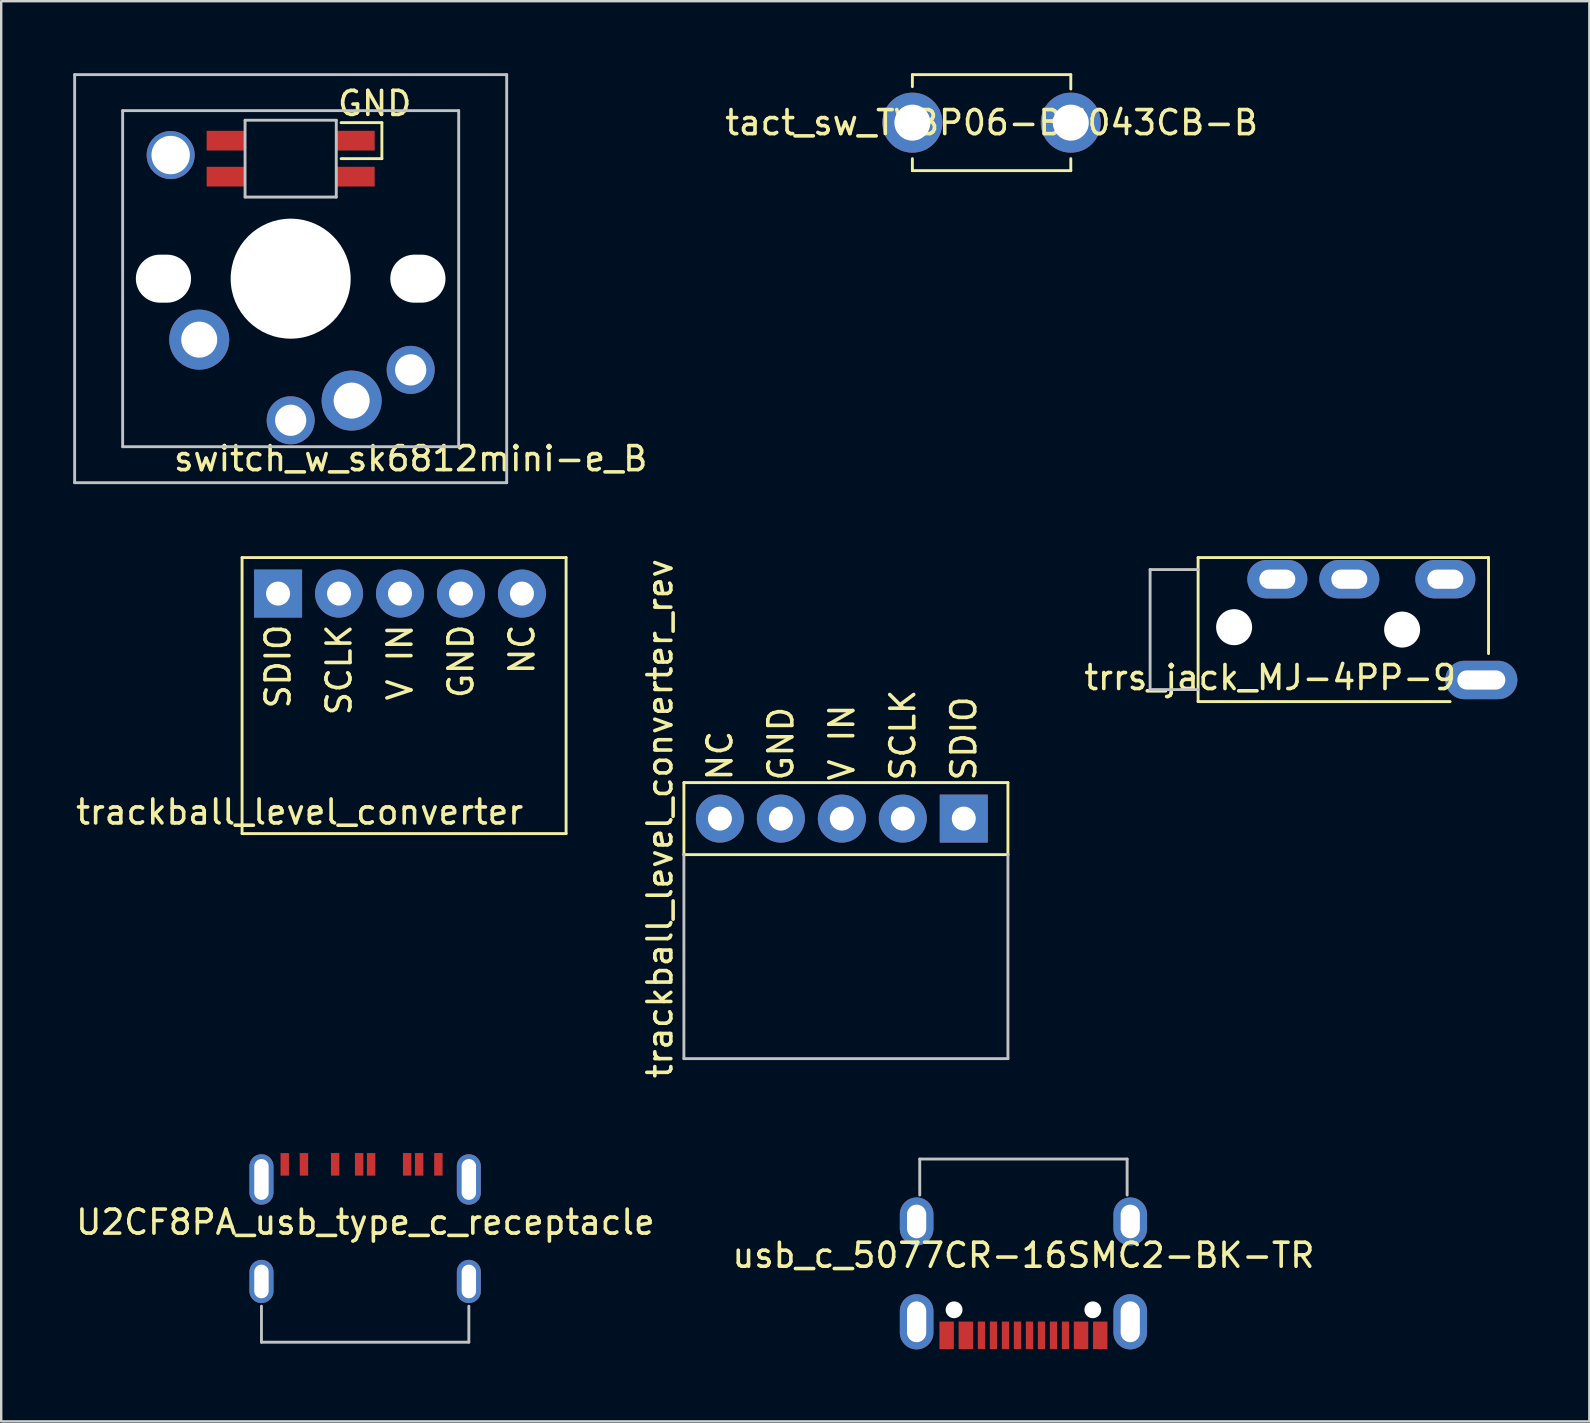
<source format=kicad_pcb>
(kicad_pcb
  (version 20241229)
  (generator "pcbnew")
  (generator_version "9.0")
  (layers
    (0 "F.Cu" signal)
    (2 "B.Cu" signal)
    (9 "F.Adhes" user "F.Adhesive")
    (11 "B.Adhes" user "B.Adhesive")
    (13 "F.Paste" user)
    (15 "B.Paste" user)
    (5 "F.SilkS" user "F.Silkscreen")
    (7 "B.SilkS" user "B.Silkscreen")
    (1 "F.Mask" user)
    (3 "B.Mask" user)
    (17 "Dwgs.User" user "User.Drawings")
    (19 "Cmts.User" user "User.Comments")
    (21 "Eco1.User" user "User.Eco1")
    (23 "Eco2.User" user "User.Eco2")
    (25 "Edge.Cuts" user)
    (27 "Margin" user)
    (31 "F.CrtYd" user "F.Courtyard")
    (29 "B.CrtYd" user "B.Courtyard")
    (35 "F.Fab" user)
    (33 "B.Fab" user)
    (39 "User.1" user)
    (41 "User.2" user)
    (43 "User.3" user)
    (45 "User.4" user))
  (footprint "trackball_level_converter"
    (layer "F.Cu")
    (at 8.535 21.68)
    (property "Reference" "trackball_level_converter" (at 0.9 9.1 0) (layer "F.SilkS") (effects (font (size 1 1) (thickness 0.15))))
    (attr through_hole)
    (fp_line (start -1.5 -1.5) (end 12 -1.5) (stroke (width 0.12) (type solid)) (layer "F.SilkS"))
    (fp_line (start -1.5 10) (end -1.5 -1.5) (stroke (width 0.12) (type solid)) (layer "F.SilkS"))
    (fp_line (start 12 -1.5) (end 12 10) (stroke (width 0.12) (type solid)) (layer "F.SilkS"))
    (fp_line (start 12 10) (end -1.5 10) (stroke (width 0.12) (type solid)) (layer "F.SilkS"))
    (fp_text user "V IN" (at 5.08 1.2 90) (layer "F.SilkS") (effects (font (size 1 1) (thickness 0.15)) (justify right)))
    (fp_text user "NC" (at 10.16 1.2 90) (layer "F.SilkS") (effects (font (size 1 1) (thickness 0.15)) (justify right)))
    (fp_text user "SCLK" (at 2.54 1.2 90) (layer "F.SilkS") (effects (font (size 1 1) (thickness 0.15)) (justify right)))
    (fp_text user "GND" (at 7.62 1.2 90) (layer "F.SilkS") (effects (font (size 1 1) (thickness 0.15)) (justify right)))
    (fp_text user "SDIO" (at 0 1.2 90) (layer "F.SilkS") (effects (font (size 1 1) (thickness 0.15)) (justify right)))
    (pad "GND" thru_hole circle (at 7.62 0) (size 2 2) (drill 1) (layers "*.Cu" "*.Mask"))
    (pad "NC" thru_hole circle (at 10.16 0) (size 2 2) (drill 1) (layers "*.Cu" "*.Mask"))
    (pad "SCLK" thru_hole circle (at 2.54 0) (size 2 2) (drill 1) (layers "*.Cu" "*.Mask"))
    (pad "SDIO" thru_hole rect (at 0 0) (size 2 2) (drill 1) (layers "*.Cu" "*.Mask"))
    (pad "VIN" thru_hole circle (at 5.08 0) (size 2 2) (drill 1) (layers "*.Cu" "*.Mask")))
  (footprint "trrs_jack_MJ-4PP-9"
    (layer "F.Cu")
    (at 46.866 23.18)
    (property "Reference" "trrs_jack_MJ-4PP-9" (at 3 2 0) (layer "F.SilkS") (effects (font (size 1 1) (thickness 0.15))))
    (attr through_hole)
    (fp_line (start 0 -3) (end 0 3) (stroke (width 0.12) (type solid)) (layer "F.SilkS"))
    (fp_line (start 0 -3) (end 12.1 -3) (stroke (width 0.12) (type solid)) (layer "F.SilkS"))
    (fp_line (start 10.5 3) (end 0 3) (stroke (width 0.12) (type solid)) (layer "F.SilkS"))
    (fp_line (start 12.1 1) (end 12.1 -3) (stroke (width 0.12) (type solid)) (layer "F.SilkS"))
    (fp_line (start -2 -2.5) (end -2 2.5) (stroke (width 0.12) (type solid)) (layer "Dwgs.User"))
    (fp_line (start -2 -2.5) (end 0 -2.5) (stroke (width 0.12) (type solid)) (layer "Dwgs.User"))
    (fp_line (start -2 2.5) (end 0 2.5) (stroke (width 0.12) (type solid)) (layer "Dwgs.User"))
    (pad "" np_thru_hole circle (at 1.5 -0.1) (size 1.5 1.5) (drill 1.5) (layers "*.Cu" "*.Mask"))
    (pad "" np_thru_hole circle (at 8.5 0) (size 1.5 1.5) (drill 1.5) (layers "*.Cu" "*.Mask"))
    (pad "A" thru_hole oval (at 11.8 2.1) (size 3 1.6) (drill oval 2 0.8) (layers "*.Cu" "*.Mask"))
    (pad "B" thru_hole oval (at 3.3 -2.1) (size 2.5 1.6) (drill oval 1.5 0.8) (layers "*.Cu" "*.Mask"))
    (pad "C" thru_hole oval (at 6.3 -2.1) (size 2.5 1.6) (drill oval 1.5 0.8) (layers "*.Cu" "*.Mask"))
    (pad "D" thru_hole oval (at 10.3 -2.1) (size 2.5 1.6) (drill oval 1.5 0.8) (layers "*.Cu" "*.Mask")))
  (footprint "trackball_level_converter_rev"
    (layer "F.Cu")
    (at 26.943 31.055)
    (property "Reference" "trackball_level_converter_rev" (at -2.5 0 90) (layer "F.SilkS") (effects (font (size 1 1) (thickness 0.15))))
    (attr through_hole)
    (fp_line (start -1.5 -1.5) (end 12 -1.5) (stroke (width 0.12) (type solid)) (layer "F.SilkS"))
    (fp_line (start -1.5 1.5) (end -1.5 -1.5) (stroke (width 0.12) (type solid)) (layer "F.SilkS"))
    (fp_line (start -1.5 1.5) (end 12 1.5) (stroke (width 0.12) (type solid)) (layer "F.SilkS"))
    (fp_line (start 12 -1.5) (end 12 1.5) (stroke (width 0.12) (type solid)) (layer "F.SilkS"))
    (fp_line (start -1.5 10) (end -1.5 1.5) (stroke (width 0.12) (type solid)) (layer "Dwgs.User"))
    (fp_line (start 12 1.5) (end 12 10) (stroke (width 0.12) (type solid)) (layer "Dwgs.User"))
    (fp_line (start 12 10) (end -1.5 10) (stroke (width 0.12) (type solid)) (layer "Dwgs.User"))
    (fp_text user "SDIO" (at 10.16 -1.5 90) (layer "F.SilkS") (effects (font (size 1 1) (thickness 0.15)) (justify left)))
    (fp_text user "NC" (at 0 -1.5 90) (layer "F.SilkS") (effects (font (size 1 1) (thickness 0.15)) (justify left)))
    (fp_text user "GND" (at 2.54 -1.5 90) (layer "F.SilkS") (effects (font (size 1 1) (thickness 0.15)) (justify left)))
    (fp_text user "SCLK" (at 7.62 -1.5 90) (layer "F.SilkS") (effects (font (size 1 1) (thickness 0.15)) (justify left)))
    (fp_text user "V IN" (at 5.08 -1.5 90) (layer "F.SilkS") (effects (font (size 1 1) (thickness 0.15)) (justify left)))
    (pad "GND" thru_hole circle (at 2.54 0) (size 2 2) (drill 1) (layers "*.Cu" "*.Mask"))
    (pad "NC" thru_hole circle (at 0 0) (size 2 2) (drill 1) (layers "*.Cu" "*.Mask"))
    (pad "SCLK" thru_hole circle (at 7.62 0) (size 2 2) (drill 1) (layers "*.Cu" "*.Mask"))
    (pad "SDIO" thru_hole rect (at 10.16 0) (size 2 2) (drill 1) (layers "*.Cu" "*.Mask"))
    (pad "VIN" thru_hole circle (at 5.08 0) (size 2 2) (drill 1) (layers "*.Cu" "*.Mask")))
  (footprint "usb_c_5077CR-16SMC2-BK-TR"
    (layer "F.Cu")
    (at 39.589 45.239)
    (property "Reference" "usb_c_5077CR-16SMC2-BK-TR" (at 0 4.01 0) (layer "F.SilkS") (effects (font (size 1 1) (thickness 0.15))))
    (attr through_hole)
    (fp_line (start -4.32 0) (end 4.32 0) (stroke (width 0.12) (type solid)) (layer "Dwgs.User"))
    (fp_line (start -4.32 1.5) (end -4.32 0) (stroke (width 0.12) (type solid)) (layer "Dwgs.User"))
    (fp_line (start 4.32 0) (end 4.32 1.5) (stroke (width 0.12) (type solid)) (layer "Dwgs.User"))
    (pad "" np_thru_hole circle (at -2.89 6.28) (size 0.7 0.7) (drill 0.7) (layers "*.Cu" "*.Mask"))
    (pad "" np_thru_hole circle (at 2.89 6.28) (size 0.7 0.7) (drill 0.7) (layers "*.Cu" "*.Mask"))
    (pad "A1/B12" smd rect (at 3.2 7.345) (size 0.6 1.15) (layers "F.Cu" "F.Mask" "F.Paste"))
    (pad "A4/B9" smd rect (at 2.4 7.345) (size 0.6 1.15) (layers "F.Cu" "F.Mask" "F.Paste"))
    (pad "A5" smd rect (at 1.25 7.345) (size 0.3 1.15) (layers "F.Cu" "F.Mask" "F.Paste"))
    (pad "A6" smd rect (at 0.25 7.345) (size 0.3 1.15) (layers "F.Cu" "F.Mask" "F.Paste"))
    (pad "A7" smd rect (at -0.25 7.345) (size 0.3 1.15) (layers "F.Cu" "F.Mask" "F.Paste"))
    (pad "A8" smd rect (at -1.25 7.345) (size 0.3 1.15) (layers "F.Cu" "F.Mask" "F.Paste"))
    (pad "B1/A12" smd rect (at -3.2 7.345) (size 0.6 1.15) (layers "F.Cu" "F.Mask" "F.Paste"))
    (pad "B4/A9" smd rect (at -2.4 7.345) (size 0.6 1.15) (layers "F.Cu" "F.Mask" "F.Paste"))
    (pad "B5" smd rect (at -1.75 7.345) (size 0.3 1.15) (layers "F.Cu" "F.Mask" "F.Paste"))
    (pad "B6" smd rect (at -0.75 7.345) (size 0.3 1.15) (layers "F.Cu" "F.Mask" "F.Paste"))
    (pad "B7" smd rect (at 0.75 7.345) (size 0.3 1.15) (layers "F.Cu" "F.Mask" "F.Paste"))
    (pad "B8" smd rect (at 1.75 7.345) (size 0.3 1.15) (layers "F.Cu" "F.Mask" "F.Paste"))
    (pad "SHIELD" thru_hole oval (at -4.45 2.6) (size 1.4 2) (drill oval 0.8 1.4) (layers "*.Cu" "*.Mask"))
    (pad "SHIELD" thru_hole oval (at -4.45 6.78) (size 1.4 2.3) (drill oval 0.8 1.7) (layers "*.Cu" "*.Mask"))
    (pad "SHIELD" thru_hole oval (at 4.45 2.6) (size 1.4 2) (drill oval 0.8 1.4) (layers "*.Cu" "*.Mask"))
    (pad "SHIELD" thru_hole oval (at 4.45 6.78) (size 1.4 2.3) (drill oval 0.8 1.7) (layers "*.Cu" "*.Mask")))
  (footprint "U2CF8PA_usb_type_c_receptacle"
    (layer "F.Cu")
    (at 12.163 52.869)
    (property "Reference" "U2CF8PA_usb_type_c_receptacle" (at 0.01 -5 0) (layer "F.SilkS") (effects (font (size 1 1) (thickness 0.15))))
    (attr through_hole)
    (fp_line (start -4.32 0) (end -4.32 -1.5) (stroke (width 0.12) (type solid)) (layer "Dwgs.User"))
    (fp_line (start -4.32 0) (end 4.32 0) (stroke (width 0.12) (type solid)) (layer "Dwgs.User"))
    (fp_line (start 4.32 0) (end 4.32 -1.5) (stroke (width 0.12) (type solid)) (layer "Dwgs.User"))
    (pad "A5" smd rect (at -1.25 -7.41) (size 0.35 0.94) (layers "F.Cu" "F.Mask" "F.Paste"))
    (pad "A6" smd rect (at -0.25 -7.41) (size 0.35 0.94) (layers "F.Cu" "F.Mask" "F.Paste"))
    (pad "A7" smd rect (at 0.25 -7.41) (size 0.35 0.94) (layers "F.Cu" "F.Mask" "F.Paste"))
    (pad "A9" smd rect (at 2.25 -7.41) (size 0.35 0.94) (layers "F.Cu" "F.Mask" "F.Paste"))
    (pad "A12" smd rect (at 3.05 -7.41) (size 0.35 0.94) (layers "F.Cu" "F.Mask" "F.Paste"))
    (pad "B5" smd rect (at 1.75 -7.41) (size 0.35 0.94) (layers "F.Cu" "F.Mask" "F.Paste"))
    (pad "B9" smd rect (at -2.55 -7.41) (size 0.35 0.94) (layers "F.Cu" "F.Mask" "F.Paste"))
    (pad "B12" smd rect (at -3.35 -7.41) (size 0.35 0.94) (layers "F.Cu" "F.Mask" "F.Paste"))
    (pad "S1" thru_hole oval (at -4.32 -6.78) (size 1 2.1) (drill oval 0.6 1.7) (layers "*.Cu" "*.Mask"))
    (pad "S1" thru_hole oval (at -4.32 -2.53) (size 1 1.8) (drill oval 0.6 1.4) (layers "*.Cu" "*.Mask"))
    (pad "S1" thru_hole oval (at 4.32 -6.78) (size 1 2.1) (drill oval 0.6 1.7) (layers "*.Cu" "*.Mask"))
    (pad "S1" thru_hole oval (at 4.32 -2.53) (size 1 1.8) (drill oval 0.6 1.4) (layers "*.Cu" "*.Mask")))
  (footprint "tact_sw_TVBP06-BN043CB-B"
    (layer "F.Cu")
    (at 38.262 2.06)
    (property "Reference" "tact_sw_TVBP06-BN043CB-B" (at 0 0 0) (layer "F.SilkS") (effects (font (size 1 1) (thickness 0.15))))
    (attr through_hole)
    (fp_line (start -3.3 -2) (end -3.3 -1.5) (stroke (width 0.12) (type solid)) (layer "F.SilkS"))
    (fp_line (start -3.3 2) (end -3.3 1.5) (stroke (width 0.12) (type solid)) (layer "F.SilkS"))
    (fp_line (start 3.3 -2) (end -3.3 -2) (stroke (width 0.12) (type solid)) (layer "F.SilkS"))
    (fp_line (start 3.3 -2) (end 3.3 -1.4) (stroke (width 0.12) (type solid)) (layer "F.SilkS"))
    (fp_line (start 3.3 2) (end -3.3 2) (stroke (width 0.12) (type solid)) (layer "F.SilkS"))
    (fp_line (start 3.3 2) (end 3.3 1.5) (stroke (width 0.12) (type solid)) (layer "F.SilkS"))
    (pad "1" thru_hole circle (at 3.3 0) (size 2.5 2.5) (drill 1.5) (layers "*.Cu" "*.Mask"))
    (pad "2" thru_hole circle (at -3.3 0) (size 2.5 2.5) (drill 1.5) (layers "*.Cu" "*.Mask")))
  (footprint "switch_w_sk6812mini-e_B"
    (layer "F.Cu")
    (at 9.06 8.56)
    (property "Reference" "switch_w_sk6812mini-e_B" (at 5 7.5 0) (layer "F.SilkS") (effects (font (size 1 1) (thickness 0.15))))
    (attr through_hole)
    (fp_line (start 2.1 -5) (end 3.8 -5) (stroke (width 0.12) (type solid)) (layer "F.SilkS"))
    (fp_line (start 3.8 -6.5) (end 2.1 -6.5) (stroke (width 0.12) (type solid)) (layer "F.SilkS"))
    (fp_line (start 3.8 -5) (end 3.8 -6.5) (stroke (width 0.12) (type solid)) (layer "F.SilkS"))
    (fp_line (start -9 -8.5) (end -9 8.5) (stroke (width 0.12) (type solid)) (layer "Dwgs.User"))
    (fp_line (start -9 8.5) (end 9 8.5) (stroke (width 0.12) (type solid)) (layer "Dwgs.User"))
    (fp_line (start -7 -7) (end 7 -7) (stroke (width 0.12) (type solid)) (layer "Dwgs.User"))
    (fp_line (start -7 7) (end -7 -7) (stroke (width 0.12) (type solid)) (layer "Dwgs.User"))
    (fp_line (start -1.9 -6.6) (end -1.9 -3.4) (stroke (width 0.12) (type solid)) (layer "Dwgs.User"))
    (fp_line (start -1.9 -3.4) (end 1.9 -3.4) (stroke (width 0.12) (type solid)) (layer "Dwgs.User"))
    (fp_line (start 1.9 -6.6) (end -1.9 -6.6) (stroke (width 0.12) (type solid)) (layer "Dwgs.User"))
    (fp_line (start 1.9 -6.6) (end 1.9 -3.4) (stroke (width 0.12) (type solid)) (layer "Dwgs.User"))
    (fp_line (start 7 -7) (end 7 7) (stroke (width 0.12) (type solid)) (layer "Dwgs.User"))
    (fp_line (start 7 7) (end -7 7) (stroke (width 0.12) (type solid)) (layer "Dwgs.User"))
    (fp_line (start 9 -8.5) (end -9 -8.5) (stroke (width 0.12) (type solid)) (layer "Dwgs.User"))
    (fp_line (start 9 8.5) (end 9 -8.5) (stroke (width 0.12) (type solid)) (layer "Dwgs.User"))
    (fp_text user "GND" (at 3.5 -7.3 0) (layer "F.SilkS") (effects (font (size 1 1) (thickness 0.15))))
    (pad "" np_thru_hole oval (at -5.3 0) (size 2.3 2) (drill oval 2.3 2) (layers "*.Cu" "*.Mask"))
    (pad "" np_thru_hole circle (at 0 0) (size 5 5) (drill 5) (layers "*.Cu" "*.Mask"))
    (pad "" np_thru_hole oval (at 5.3 0) (size 2.3 2) (drill oval 2.3 2) (layers "*.Cu" "*.Mask"))
    (pad "1" smd rect (at -2.7 -4.25 180) (size 1.6 0.82) (layers "F.Cu" "F.Mask" "F.Paste"))
    (pad "2" smd rect (at -2.7 -5.75 180) (size 1.6 0.82) (layers "F.Cu" "F.Mask" "F.Paste"))
    (pad "3" smd rect (at 2.7 -5.75 180) (size 1.6 0.82) (layers "F.Cu" "F.Mask" "F.Paste"))
    (pad "4" smd rect (at 2.7 -4.25 180) (size 1.6 0.82) (layers "F.Cu" "F.Mask" "F.Paste"))
    (pad "5" thru_hole circle (at -3.81 2.54 45) (size 2.5 2.5) (drill 1.5) (layers "*.Cu" "*.Mask"))
    (pad "5" thru_hole circle (at 0 5.9) (size 2 2) (drill 1.3) (layers "*.Cu" "*.Mask"))
    (pad "6" thru_hole circle (at 2.54 5.08) (size 2.5 2.5) (drill 1.5) (layers "*.Cu" "*.Mask"))
    (pad "6" thru_hole circle (at 5 3.8) (size 2 2) (drill 1.3) (layers "*.Cu" "*.Mask"))
    (pad "NC" thru_hole circle (at -5 -5.15) (size 2 2) (drill 1.6) (layers "*.Cu" "*.Mask")))
  (gr_rect
    (start -3 -3)
    (end 63.166 56.169)
    (stroke (width 0.1) (type default))
    (fill no)
    (layer "Edge.Cuts")))
</source>
